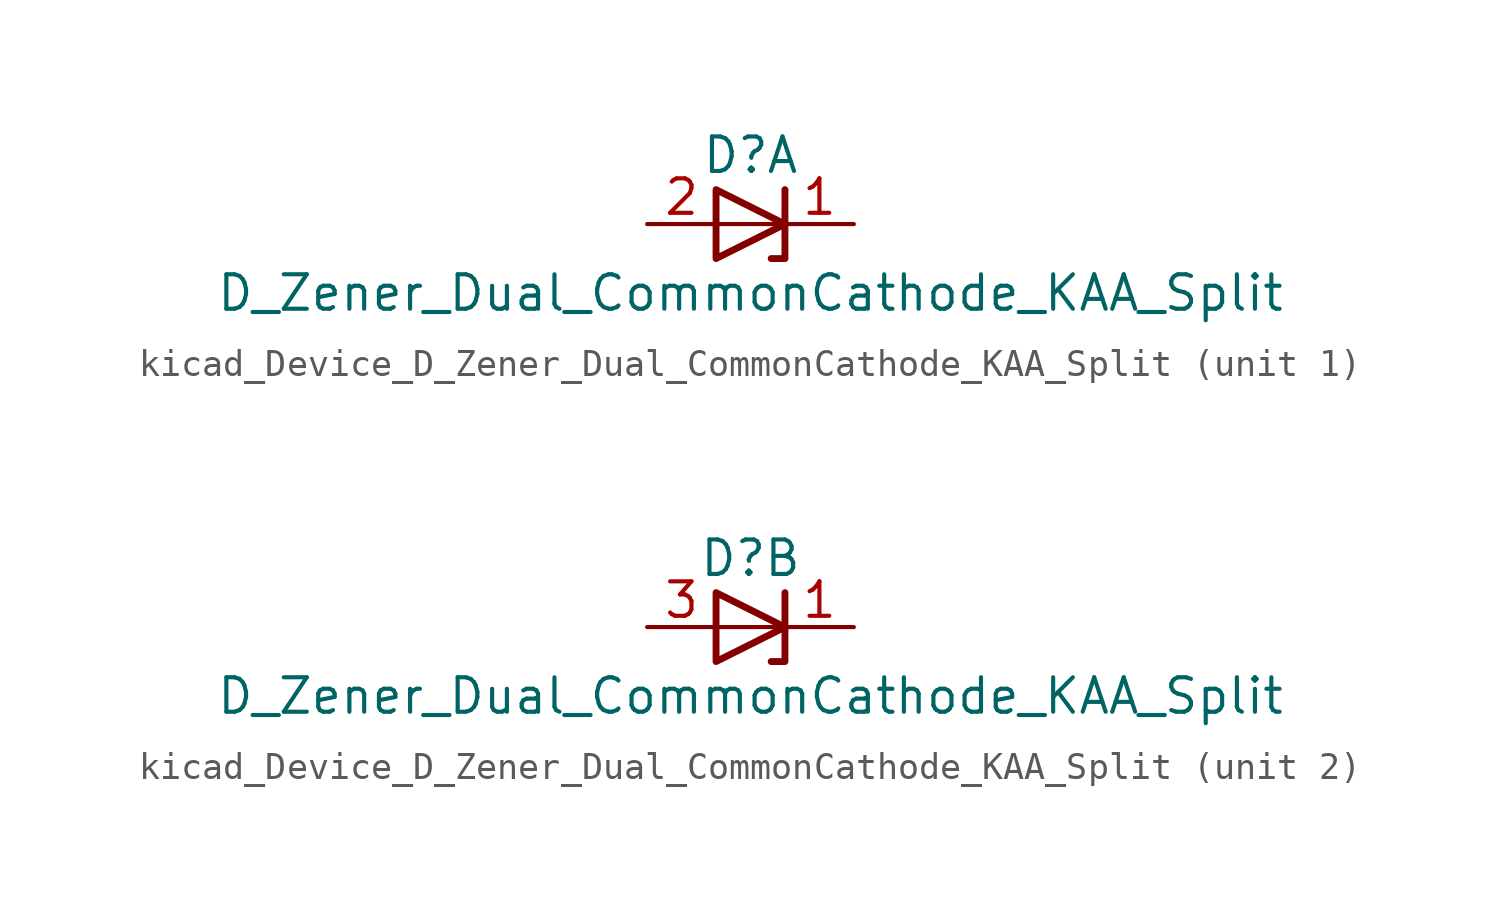
<source format=kicad_sym>
(kicad_symbol_lib
  (version 20220914)
  (generator kicad_symbol_editor)
  (symbol "kicad_Device_D_Zener_Dual_CommonCathode_KAA_Split"
    (pin_names
      (offset 0.762) hide)
    (property "Reference" "D"
      (at 0 2.54 0)
      (effects (font (size 1.27 1.27))))
    (property "Value" "D_Zener_Dual_CommonCathode_KAA_Split"
      (at 0 -2.54 0)
      (effects (font (size 1.27 1.27))))
    (property "ki_locked" ""
      (at 0 0 0)
      (effects (font (size 1.27 1.27))))
    (symbol "kicad_Device_D_Zener_Dual_CommonCathode_KAA_Split_0_0"
      (polyline (pts (xy 1.27 1.27) (xy 1.27 -1.27) (xy 0.762 -1.27)) (stroke (width 0.254) (type default)) (fill (type none))))
    (symbol "kicad_Device_D_Zener_Dual_CommonCathode_KAA_Split_0_1"
      (polyline (pts (xy 1.27 0) (xy -1.27 0)) (stroke (width 0) (type default)) (fill (type none)))
      (polyline (pts (xy -1.27 1.27) (xy 1.27 0) (xy -1.27 -1.27) (xy -1.27 1.27) (xy -1.27 1.27) (xy -1.27 1.27)) (stroke (width 0.254) (type default)) (fill (type none)))
      (pin passive line (at 3.81 0 180) (length 2.54) (name "K" (effects (font (size 1.27 1.27)))) (number "1" (effects (font (size 1.27 1.27))))))
    (symbol "kicad_Device_D_Zener_Dual_CommonCathode_KAA_Split_1_1"
      (pin passive line (at -3.81 0 0) (length 2.54) (name "A" (effects (font (size 1.27 1.27)))) (number "2" (effects (font (size 1.27 1.27))))))
    (symbol "kicad_Device_D_Zener_Dual_CommonCathode_KAA_Split_2_1"
      (pin passive line (at -3.81 0 0) (length 2.54) (name "K" (effects (font (size 1.27 1.27)))) (number "3" (effects (font (size 1.27 1.27))))))))
</source>
